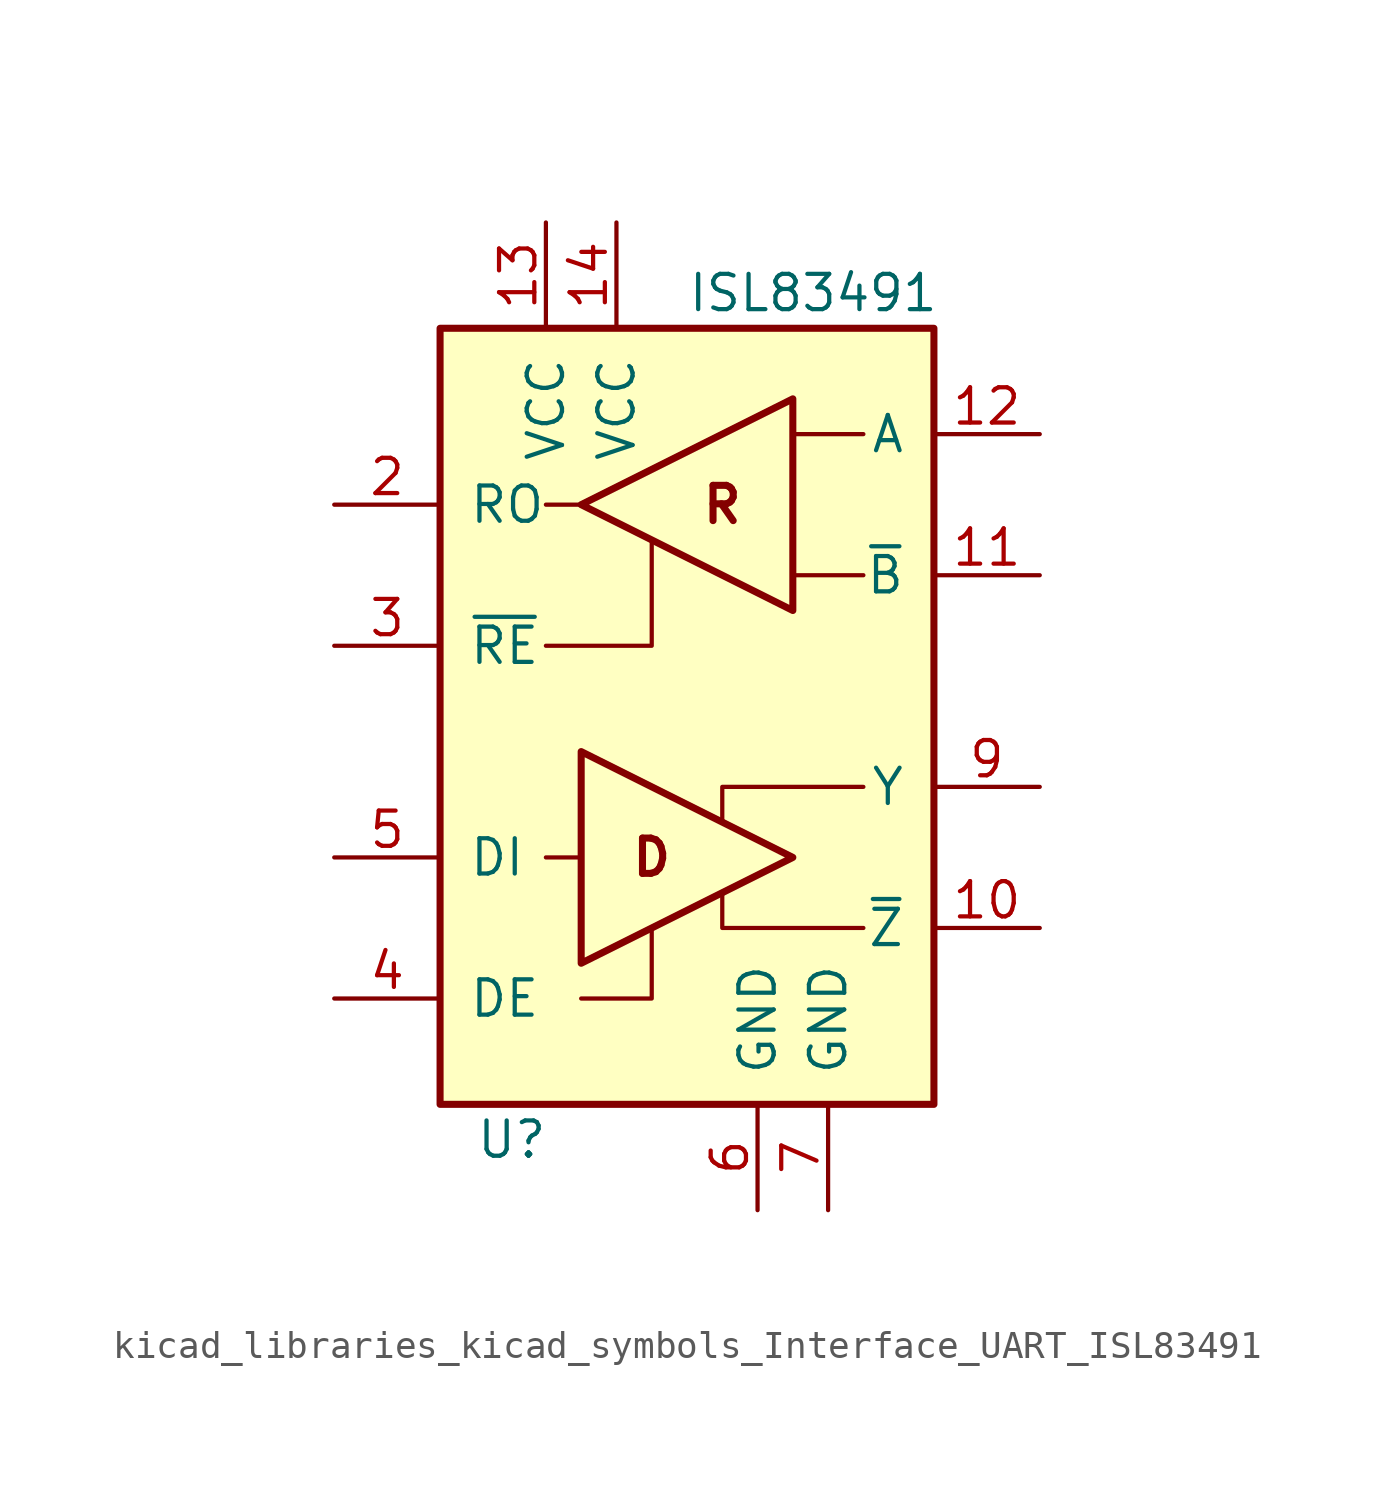
<source format=kicad_sym>
(kicad_symbol_lib
  (version 20220914)
  (generator kicad_symbol_editor)
  (symbol "kicad_libraries_kicad_symbols_Interface_UART_ISL83491"
    (pin_names
      (offset 1.016))
    (property "Reference" "U"
      (at -7.62 -15.24 0)
      (effects (font (size 1.27 1.27)) (justify left)))
    (property "Value" "ISL83491"
      (at 0 15.24 0)
      (effects (font (size 1.27 1.27)) (justify left)))
    (symbol "kicad_libraries_kicad_symbols_Interface_UART_ISL83491_0_0"
      (text "D" (at -1.27 -5.08 0) (effects (font (size 1.27 1.27) bold)))
      (text "R" (at 1.27 7.62 0) (effects (font (size 1.27 1.27) bold))))
    (symbol "kicad_libraries_kicad_symbols_Interface_UART_ISL83491_0_1"
      (rectangle (start -8.89 13.97) (end 8.89 -13.97) (stroke (width 0.254) (type default)) (fill (type background)))
      (polyline (pts (xy -5.08 -5.08) (xy -3.81 -5.08)) (stroke (width 0) (type default)) (fill (type none)))
      (polyline (pts (xy -3.81 7.62) (xy -5.08 7.62)) (stroke (width 0) (type default)) (fill (type none)))
      (polyline (pts (xy 6.35 5.08) (xy 3.81 5.08) (xy 3.81 5.08)) (stroke (width 0) (type default)) (fill (type none)))
      (polyline (pts (xy 6.35 10.16) (xy 3.81 10.16) (xy 3.81 10.16)) (stroke (width 0) (type default)) (fill (type none)))
      (polyline (pts (xy -3.81 -10.16) (xy -1.27 -10.16) (xy -1.27 -7.62) (xy -1.27 -7.62)) (stroke (width 0) (type default)) (fill (type none)))
      (polyline (pts (xy -1.27 6.35) (xy -1.27 2.54) (xy -2.54 2.54) (xy -5.08 2.54)) (stroke (width 0) (type default)) (fill (type none)))
      (polyline (pts (xy 6.35 -7.62) (xy 1.27 -7.62) (xy 1.27 -6.35) (xy 1.27 -6.35)) (stroke (width 0) (type default)) (fill (type none)))
      (polyline (pts (xy 6.35 -2.54) (xy 1.27 -2.54) (xy 1.27 -3.81) (xy 1.27 -3.81)) (stroke (width 0) (type default)) (fill (type none)))
      (polyline (pts (xy -3.81 -1.27) (xy -3.81 -8.89) (xy 3.81 -5.08) (xy -3.81 -1.27) (xy -3.81 -1.27)) (stroke (width 0.254) (type default)) (fill (type none)))
      (polyline (pts (xy 3.81 11.43) (xy 3.81 3.81) (xy -3.81 7.62) (xy 3.81 11.43) (xy 3.81 11.43)) (stroke (width 0.254) (type default)) (fill (type none))))
    (symbol "kicad_libraries_kicad_symbols_Interface_UART_ISL83491_1_1"
      (pin output line (at 12.7 -7.62 180) (length 3.81) (name "~{Z}" (effects (font (size 1.27 1.27)))) (number "10" (effects (font (size 1.27 1.27)))))
      (pin input line (at 12.7 5.08 180) (length 3.81) (name "~{B}" (effects (font (size 1.27 1.27)))) (number "11" (effects (font (size 1.27 1.27)))))
      (pin input line (at 12.7 10.16 180) (length 3.81) (name "A" (effects (font (size 1.27 1.27)))) (number "12" (effects (font (size 1.27 1.27)))))
      (pin power_in line (at -5.08 17.78 270) (length 3.81) (name "VCC" (effects (font (size 1.27 1.27)))) (number "13" (effects (font (size 1.27 1.27)))))
      (pin power_in line (at -2.54 17.78 270) (length 3.81) (name "VCC" (effects (font (size 1.27 1.27)))) (number "14" (effects (font (size 1.27 1.27)))))
      (pin output line (at -12.7 7.62 0) (length 3.81) (name "RO" (effects (font (size 1.27 1.27)))) (number "2" (effects (font (size 1.27 1.27)))))
      (pin input line (at -12.7 2.54 0) (length 3.81) (name "~{RE}" (effects (font (size 1.27 1.27)))) (number "3" (effects (font (size 1.27 1.27)))))
      (pin input line (at -12.7 -10.16 0) (length 3.81) (name "DE" (effects (font (size 1.27 1.27)))) (number "4" (effects (font (size 1.27 1.27)))))
      (pin input line (at -12.7 -5.08 0) (length 3.81) (name "DI" (effects (font (size 1.27 1.27)))) (number "5" (effects (font (size 1.27 1.27)))))
      (pin power_in line (at 2.54 -17.78 90) (length 3.81) (name "GND" (effects (font (size 1.27 1.27)))) (number "6" (effects (font (size 1.27 1.27)))))
      (pin power_in line (at 5.08 -17.78 90) (length 3.81) (name "GND" (effects (font (size 1.27 1.27)))) (number "7" (effects (font (size 1.27 1.27)))))
      (pin output line (at 12.7 -2.54 180) (length 3.81) (name "Y" (effects (font (size 1.27 1.27)))) (number "9" (effects (font (size 1.27 1.27))))))))
</source>
